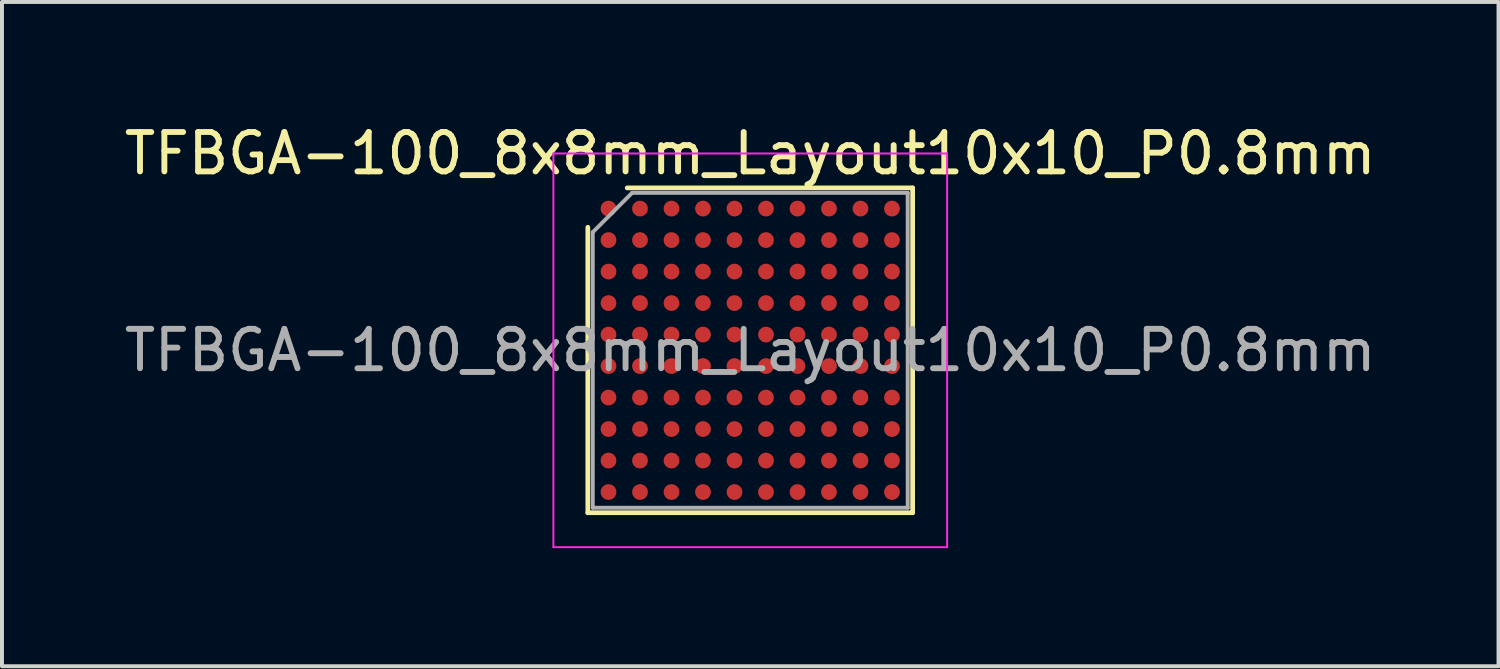
<source format=kicad_pcb>
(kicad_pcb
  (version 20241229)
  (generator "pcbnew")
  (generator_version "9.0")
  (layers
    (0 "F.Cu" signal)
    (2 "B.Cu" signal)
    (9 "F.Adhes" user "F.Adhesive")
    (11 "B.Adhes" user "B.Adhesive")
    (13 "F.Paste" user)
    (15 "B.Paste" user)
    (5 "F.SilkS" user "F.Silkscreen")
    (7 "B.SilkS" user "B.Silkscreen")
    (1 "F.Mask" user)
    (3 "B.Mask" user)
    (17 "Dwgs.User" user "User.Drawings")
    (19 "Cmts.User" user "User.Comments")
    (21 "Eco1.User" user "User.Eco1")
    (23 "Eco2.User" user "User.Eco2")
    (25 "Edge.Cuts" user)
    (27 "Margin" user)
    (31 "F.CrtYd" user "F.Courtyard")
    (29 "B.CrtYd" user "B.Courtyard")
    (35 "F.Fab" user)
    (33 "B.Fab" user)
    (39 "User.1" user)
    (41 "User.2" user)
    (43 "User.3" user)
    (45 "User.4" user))
  (footprint "TFBGA-100_8x8mm_Layout10x10_P0.8mm"
    (layer "F.Cu")
    (at 16.006 5.848)
    (property "Reference" "TFBGA-100_8x8mm_Layout10x10_P0.8mm" (at 0 -5 0) (layer "F.SilkS") (effects (font (size 1 1) (thickness 0.15))))
    (attr smd)
    (fp_line (start -4.125 4.125) (end -4.125 -3.125) (stroke (width 0.12) (type solid)) (layer "F.SilkS"))
    (fp_line (start -3.125 -4.125) (end 4.125 -4.125) (stroke (width 0.12) (type solid)) (layer "F.SilkS"))
    (fp_line (start 4.125 -4.125) (end 4.125 4.125) (stroke (width 0.12) (type solid)) (layer "F.SilkS"))
    (fp_line (start 4.125 4.125) (end -4.125 4.125) (stroke (width 0.12) (type solid)) (layer "F.SilkS"))
    (fp_line (start -5 -5) (end -5 5) (stroke (width 0.05) (type solid)) (layer "F.CrtYd"))
    (fp_line (start -5 5) (end 5 5) (stroke (width 0.05) (type solid)) (layer "F.CrtYd"))
    (fp_line (start 5 -5) (end -5 -5) (stroke (width 0.05) (type solid)) (layer "F.CrtYd"))
    (fp_line (start 5 5) (end 5 -5) (stroke (width 0.05) (type solid)) (layer "F.CrtYd"))
    (fp_line (start -4 -3) (end -3 -4) (stroke (width 0.1) (type solid)) (layer "F.Fab"))
    (fp_line (start -4 4) (end -4 -3) (stroke (width 0.1) (type solid)) (layer "F.Fab"))
    (fp_line (start -3 -4) (end 4 -4) (stroke (width 0.1) (type solid)) (layer "F.Fab"))
    (fp_line (start 4 -4) (end 4 4) (stroke (width 0.1) (type solid)) (layer "F.Fab"))
    (fp_line (start 4 4) (end -4 4) (stroke (width 0.1) (type solid)) (layer "F.Fab"))
    (fp_text user "${REFERENCE}" (at 0 0 0) (layer "F.Fab") (effects (font (size 1 1) (thickness 0.15))))
    (pad "A1" smd circle (at -3.6 -3.6) (size 0.4 0.4) (layers "F.Cu" "F.Mask" "F.Paste"))
    (pad "A2" smd circle (at -2.8 -3.6) (size 0.4 0.4) (layers "F.Cu" "F.Mask" "F.Paste"))
    (pad "A3" smd circle (at -2 -3.6) (size 0.4 0.4) (layers "F.Cu" "F.Mask" "F.Paste"))
    (pad "A4" smd circle (at -1.2 -3.6) (size 0.4 0.4) (layers "F.Cu" "F.Mask" "F.Paste"))
    (pad "A5" smd circle (at -0.4 -3.6) (size 0.4 0.4) (layers "F.Cu" "F.Mask" "F.Paste"))
    (pad "A6" smd circle (at 0.4 -3.6) (size 0.4 0.4) (layers "F.Cu" "F.Mask" "F.Paste"))
    (pad "A7" smd circle (at 1.2 -3.6) (size 0.4 0.4) (layers "F.Cu" "F.Mask" "F.Paste"))
    (pad "A8" smd circle (at 2 -3.6) (size 0.4 0.4) (layers "F.Cu" "F.Mask" "F.Paste"))
    (pad "A9" smd circle (at 2.8 -3.6) (size 0.4 0.4) (layers "F.Cu" "F.Mask" "F.Paste"))
    (pad "A10" smd circle (at 3.6 -3.6) (size 0.4 0.4) (layers "F.Cu" "F.Mask" "F.Paste"))
    (pad "B1" smd circle (at -3.6 -2.8) (size 0.4 0.4) (layers "F.Cu" "F.Mask" "F.Paste"))
    (pad "B2" smd circle (at -2.8 -2.8) (size 0.4 0.4) (layers "F.Cu" "F.Mask" "F.Paste"))
    (pad "B3" smd circle (at -2 -2.8) (size 0.4 0.4) (layers "F.Cu" "F.Mask" "F.Paste"))
    (pad "B4" smd circle (at -1.2 -2.8) (size 0.4 0.4) (layers "F.Cu" "F.Mask" "F.Paste"))
    (pad "B5" smd circle (at -0.4 -2.8) (size 0.4 0.4) (layers "F.Cu" "F.Mask" "F.Paste"))
    (pad "B6" smd circle (at 0.4 -2.8) (size 0.4 0.4) (layers "F.Cu" "F.Mask" "F.Paste"))
    (pad "B7" smd circle (at 1.2 -2.8) (size 0.4 0.4) (layers "F.Cu" "F.Mask" "F.Paste"))
    (pad "B8" smd circle (at 2 -2.8) (size 0.4 0.4) (layers "F.Cu" "F.Mask" "F.Paste"))
    (pad "B9" smd circle (at 2.8 -2.8) (size 0.4 0.4) (layers "F.Cu" "F.Mask" "F.Paste"))
    (pad "B10" smd circle (at 3.6 -2.8) (size 0.4 0.4) (layers "F.Cu" "F.Mask" "F.Paste"))
    (pad "C1" smd circle (at -3.6 -2) (size 0.4 0.4) (layers "F.Cu" "F.Mask" "F.Paste"))
    (pad "C2" smd circle (at -2.8 -2) (size 0.4 0.4) (layers "F.Cu" "F.Mask" "F.Paste"))
    (pad "C3" smd circle (at -2 -2) (size 0.4 0.4) (layers "F.Cu" "F.Mask" "F.Paste"))
    (pad "C4" smd circle (at -1.2 -2) (size 0.4 0.4) (layers "F.Cu" "F.Mask" "F.Paste"))
    (pad "C5" smd circle (at -0.4 -2) (size 0.4 0.4) (layers "F.Cu" "F.Mask" "F.Paste"))
    (pad "C6" smd circle (at 0.4 -2) (size 0.4 0.4) (layers "F.Cu" "F.Mask" "F.Paste"))
    (pad "C7" smd circle (at 1.2 -2) (size 0.4 0.4) (layers "F.Cu" "F.Mask" "F.Paste"))
    (pad "C8" smd circle (at 2 -2) (size 0.4 0.4) (layers "F.Cu" "F.Mask" "F.Paste"))
    (pad "C9" smd circle (at 2.8 -2) (size 0.4 0.4) (layers "F.Cu" "F.Mask" "F.Paste"))
    (pad "C10" smd circle (at 3.6 -2) (size 0.4 0.4) (layers "F.Cu" "F.Mask" "F.Paste"))
    (pad "D1" smd circle (at -3.6 -1.2) (size 0.4 0.4) (layers "F.Cu" "F.Mask" "F.Paste"))
    (pad "D2" smd circle (at -2.8 -1.2) (size 0.4 0.4) (layers "F.Cu" "F.Mask" "F.Paste"))
    (pad "D3" smd circle (at -2 -1.2) (size 0.4 0.4) (layers "F.Cu" "F.Mask" "F.Paste"))
    (pad "D4" smd circle (at -1.2 -1.2) (size 0.4 0.4) (layers "F.Cu" "F.Mask" "F.Paste"))
    (pad "D5" smd circle (at -0.4 -1.2) (size 0.4 0.4) (layers "F.Cu" "F.Mask" "F.Paste"))
    (pad "D6" smd circle (at 0.4 -1.2) (size 0.4 0.4) (layers "F.Cu" "F.Mask" "F.Paste"))
    (pad "D7" smd circle (at 1.2 -1.2) (size 0.4 0.4) (layers "F.Cu" "F.Mask" "F.Paste"))
    (pad "D8" smd circle (at 2 -1.2) (size 0.4 0.4) (layers "F.Cu" "F.Mask" "F.Paste"))
    (pad "D9" smd circle (at 2.8 -1.2) (size 0.4 0.4) (layers "F.Cu" "F.Mask" "F.Paste"))
    (pad "D10" smd circle (at 3.6 -1.2) (size 0.4 0.4) (layers "F.Cu" "F.Mask" "F.Paste"))
    (pad "E1" smd circle (at -3.6 -0.4) (size 0.4 0.4) (layers "F.Cu" "F.Mask" "F.Paste"))
    (pad "E2" smd circle (at -2.8 -0.4) (size 0.4 0.4) (layers "F.Cu" "F.Mask" "F.Paste"))
    (pad "E3" smd circle (at -2 -0.4) (size 0.4 0.4) (layers "F.Cu" "F.Mask" "F.Paste"))
    (pad "E4" smd circle (at -1.2 -0.4) (size 0.4 0.4) (layers "F.Cu" "F.Mask" "F.Paste"))
    (pad "E5" smd circle (at -0.4 -0.4) (size 0.4 0.4) (layers "F.Cu" "F.Mask" "F.Paste"))
    (pad "E6" smd circle (at 0.4 -0.4) (size 0.4 0.4) (layers "F.Cu" "F.Mask" "F.Paste"))
    (pad "E7" smd circle (at 1.2 -0.4) (size 0.4 0.4) (layers "F.Cu" "F.Mask" "F.Paste"))
    (pad "E8" smd circle (at 2 -0.4) (size 0.4 0.4) (layers "F.Cu" "F.Mask" "F.Paste"))
    (pad "E9" smd circle (at 2.8 -0.4) (size 0.4 0.4) (layers "F.Cu" "F.Mask" "F.Paste"))
    (pad "E10" smd circle (at 3.6 -0.4) (size 0.4 0.4) (layers "F.Cu" "F.Mask" "F.Paste"))
    (pad "F1" smd circle (at -3.6 0.4) (size 0.4 0.4) (layers "F.Cu" "F.Mask" "F.Paste"))
    (pad "F2" smd circle (at -2.8 0.4) (size 0.4 0.4) (layers "F.Cu" "F.Mask" "F.Paste"))
    (pad "F3" smd circle (at -2 0.4) (size 0.4 0.4) (layers "F.Cu" "F.Mask" "F.Paste"))
    (pad "F4" smd circle (at -1.2 0.4) (size 0.4 0.4) (layers "F.Cu" "F.Mask" "F.Paste"))
    (pad "F5" smd circle (at -0.4 0.4) (size 0.4 0.4) (layers "F.Cu" "F.Mask" "F.Paste"))
    (pad "F6" smd circle (at 0.4 0.4) (size 0.4 0.4) (layers "F.Cu" "F.Mask" "F.Paste"))
    (pad "F7" smd circle (at 1.2 0.4) (size 0.4 0.4) (layers "F.Cu" "F.Mask" "F.Paste"))
    (pad "F8" smd circle (at 2 0.4) (size 0.4 0.4) (layers "F.Cu" "F.Mask" "F.Paste"))
    (pad "F9" smd circle (at 2.8 0.4) (size 0.4 0.4) (layers "F.Cu" "F.Mask" "F.Paste"))
    (pad "F10" smd circle (at 3.6 0.4) (size 0.4 0.4) (layers "F.Cu" "F.Mask" "F.Paste"))
    (pad "G1" smd circle (at -3.6 1.2) (size 0.4 0.4) (layers "F.Cu" "F.Mask" "F.Paste"))
    (pad "G2" smd circle (at -2.8 1.2) (size 0.4 0.4) (layers "F.Cu" "F.Mask" "F.Paste"))
    (pad "G3" smd circle (at -2 1.2) (size 0.4 0.4) (layers "F.Cu" "F.Mask" "F.Paste"))
    (pad "G4" smd circle (at -1.2 1.2) (size 0.4 0.4) (layers "F.Cu" "F.Mask" "F.Paste"))
    (pad "G5" smd circle (at -0.4 1.2) (size 0.4 0.4) (layers "F.Cu" "F.Mask" "F.Paste"))
    (pad "G6" smd circle (at 0.4 1.2) (size 0.4 0.4) (layers "F.Cu" "F.Mask" "F.Paste"))
    (pad "G7" smd circle (at 1.2 1.2) (size 0.4 0.4) (layers "F.Cu" "F.Mask" "F.Paste"))
    (pad "G8" smd circle (at 2 1.2) (size 0.4 0.4) (layers "F.Cu" "F.Mask" "F.Paste"))
    (pad "G9" smd circle (at 2.8 1.2) (size 0.4 0.4) (layers "F.Cu" "F.Mask" "F.Paste"))
    (pad "G10" smd circle (at 3.6 1.2) (size 0.4 0.4) (layers "F.Cu" "F.Mask" "F.Paste"))
    (pad "H1" smd circle (at -3.6 2) (size 0.4 0.4) (layers "F.Cu" "F.Mask" "F.Paste"))
    (pad "H2" smd circle (at -2.8 2) (size 0.4 0.4) (layers "F.Cu" "F.Mask" "F.Paste"))
    (pad "H3" smd circle (at -2 2) (size 0.4 0.4) (layers "F.Cu" "F.Mask" "F.Paste"))
    (pad "H4" smd circle (at -1.2 2) (size 0.4 0.4) (layers "F.Cu" "F.Mask" "F.Paste"))
    (pad "H5" smd circle (at -0.4 2) (size 0.4 0.4) (layers "F.Cu" "F.Mask" "F.Paste"))
    (pad "H6" smd circle (at 0.4 2) (size 0.4 0.4) (layers "F.Cu" "F.Mask" "F.Paste"))
    (pad "H7" smd circle (at 1.2 2) (size 0.4 0.4) (layers "F.Cu" "F.Mask" "F.Paste"))
    (pad "H8" smd circle (at 2 2) (size 0.4 0.4) (layers "F.Cu" "F.Mask" "F.Paste"))
    (pad "H9" smd circle (at 2.8 2) (size 0.4 0.4) (layers "F.Cu" "F.Mask" "F.Paste"))
    (pad "H10" smd circle (at 3.6 2) (size 0.4 0.4) (layers "F.Cu" "F.Mask" "F.Paste"))
    (pad "J1" smd circle (at -3.6 2.8) (size 0.4 0.4) (layers "F.Cu" "F.Mask" "F.Paste"))
    (pad "J2" smd circle (at -2.8 2.8) (size 0.4 0.4) (layers "F.Cu" "F.Mask" "F.Paste"))
    (pad "J3" smd circle (at -2 2.8) (size 0.4 0.4) (layers "F.Cu" "F.Mask" "F.Paste"))
    (pad "J4" smd circle (at -1.2 2.8) (size 0.4 0.4) (layers "F.Cu" "F.Mask" "F.Paste"))
    (pad "J5" smd circle (at -0.4 2.8) (size 0.4 0.4) (layers "F.Cu" "F.Mask" "F.Paste"))
    (pad "J6" smd circle (at 0.4 2.8) (size 0.4 0.4) (layers "F.Cu" "F.Mask" "F.Paste"))
    (pad "J7" smd circle (at 1.2 2.8) (size 0.4 0.4) (layers "F.Cu" "F.Mask" "F.Paste"))
    (pad "J8" smd circle (at 2 2.8) (size 0.4 0.4) (layers "F.Cu" "F.Mask" "F.Paste"))
    (pad "J9" smd circle (at 2.8 2.8) (size 0.4 0.4) (layers "F.Cu" "F.Mask" "F.Paste"))
    (pad "J10" smd circle (at 3.6 2.8) (size 0.4 0.4) (layers "F.Cu" "F.Mask" "F.Paste"))
    (pad "K1" smd circle (at -3.6 3.6) (size 0.4 0.4) (layers "F.Cu" "F.Mask" "F.Paste"))
    (pad "K2" smd circle (at -2.8 3.6) (size 0.4 0.4) (layers "F.Cu" "F.Mask" "F.Paste"))
    (pad "K3" smd circle (at -2 3.6) (size 0.4 0.4) (layers "F.Cu" "F.Mask" "F.Paste"))
    (pad "K4" smd circle (at -1.2 3.6) (size 0.4 0.4) (layers "F.Cu" "F.Mask" "F.Paste"))
    (pad "K5" smd circle (at -0.4 3.6) (size 0.4 0.4) (layers "F.Cu" "F.Mask" "F.Paste"))
    (pad "K6" smd circle (at 0.4 3.6) (size 0.4 0.4) (layers "F.Cu" "F.Mask" "F.Paste"))
    (pad "K7" smd circle (at 1.2 3.6) (size 0.4 0.4) (layers "F.Cu" "F.Mask" "F.Paste"))
    (pad "K8" smd circle (at 2 3.6) (size 0.4 0.4) (layers "F.Cu" "F.Mask" "F.Paste"))
    (pad "K9" smd circle (at 2.8 3.6) (size 0.4 0.4) (layers "F.Cu" "F.Mask" "F.Paste"))
    (pad "K10" smd circle (at 3.6 3.6) (size 0.4 0.4) (layers "F.Cu" "F.Mask" "F.Paste")))
  (gr_rect
    (start -3 -3)
    (end 35.012 13.873)
    (stroke (width 0.1) (type default))
    (fill no)
    (layer "Edge.Cuts")))
</source>
